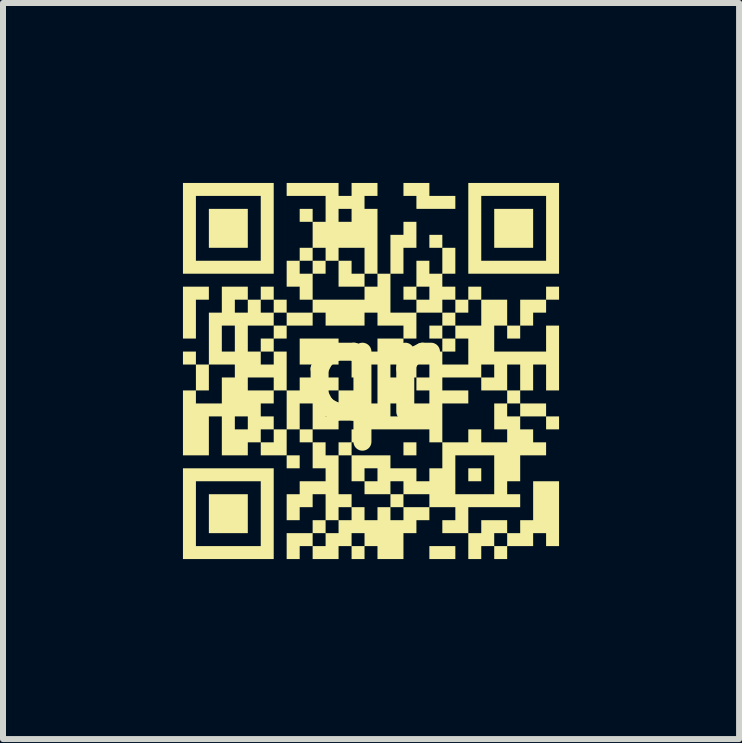
<source format=kicad_pcb>
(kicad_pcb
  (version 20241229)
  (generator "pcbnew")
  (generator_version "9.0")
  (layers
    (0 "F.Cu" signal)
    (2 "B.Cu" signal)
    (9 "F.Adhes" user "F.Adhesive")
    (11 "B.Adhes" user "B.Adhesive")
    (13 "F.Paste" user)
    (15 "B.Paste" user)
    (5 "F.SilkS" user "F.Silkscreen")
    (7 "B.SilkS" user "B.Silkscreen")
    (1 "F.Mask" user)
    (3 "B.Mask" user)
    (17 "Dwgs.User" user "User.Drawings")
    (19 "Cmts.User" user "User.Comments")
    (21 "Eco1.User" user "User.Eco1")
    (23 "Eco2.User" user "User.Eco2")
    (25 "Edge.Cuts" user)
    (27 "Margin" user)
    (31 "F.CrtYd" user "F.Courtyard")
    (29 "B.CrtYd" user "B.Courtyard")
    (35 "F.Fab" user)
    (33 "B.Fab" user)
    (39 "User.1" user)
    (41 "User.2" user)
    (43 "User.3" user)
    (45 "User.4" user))
  (footprint "qr"
    (layer "F.Cu")
    (at 3.135 3.135)
    (property "Reference" "qr" (at 0 0 0) (layer "F.SilkS") (effects (font (size 1.5 1.5) (thickness 0.3))))
    (attr board_only exclude_from_pos_files exclude_from_bom)
    (fp_poly (pts (xy -2.054 -2.379) (xy -2.054 -2.054) (xy -2.379 -2.054) (xy -2.703 -2.054) (xy -2.703 -2.379) (xy -2.703 -2.703) (xy -2.379 -2.703) (xy -2.054 -2.703)) (stroke (width 0) (type solid)) (fill yes) (layer "F.SilkS"))
    (fp_poly (pts (xy -2.054 2.379) (xy -2.054 2.703) (xy -2.379 2.703) (xy -2.703 2.703) (xy -2.703 2.379) (xy -2.703 2.054) (xy -2.379 2.054) (xy -2.054 2.054)) (stroke (width 0) (type solid)) (fill yes) (layer "F.SilkS"))
    (fp_poly (pts (xy -1.189 1.514) (xy -1.189 1.622) (xy -1.297 1.622) (xy -1.406 1.622) (xy -1.406 1.514) (xy -1.406 1.406) (xy -1.297 1.406) (xy -1.189 1.406)) (stroke (width 0) (type solid)) (fill yes) (layer "F.SilkS"))
    (fp_poly (pts (xy -0.973 1.081) (xy -0.973 1.189) (xy -1.081 1.189) (xy -1.189 1.189) (xy -1.189 1.081) (xy -1.189 0.973) (xy -1.081 0.973) (xy -0.973 0.973)) (stroke (width 0) (type solid)) (fill yes) (layer "F.SilkS"))
    (fp_poly (pts (xy -0.757 -1.73) (xy -0.757 -1.622) (xy -0.865 -1.622) (xy -0.973 -1.622) (xy -0.973 -1.73) (xy -0.973 -1.838) (xy -0.865 -1.838) (xy -0.757 -1.838)) (stroke (width 0) (type solid)) (fill yes) (layer "F.SilkS"))
    (fp_poly (pts (xy -0.541 -0.324) (xy -0.541 -0.108) (xy -0.865 -0.108) (xy -1.189 -0.108) (xy -1.189 -0.324) (xy -1.189 -0.541) (xy -0.865 -0.541) (xy -0.541 -0.541)) (stroke (width 0) (type solid)) (fill yes) (layer "F.SilkS"))
    (fp_poly (pts (xy -0.541 0.216) (xy -0.541 0.324) (xy -0.649 0.324) (xy -0.757 0.324) (xy -0.757 0.216) (xy -0.757 0.108) (xy -0.649 0.108) (xy -0.541 0.108)) (stroke (width 0) (type solid)) (fill yes) (layer "F.SilkS"))
    (fp_poly (pts (xy 0.541 2.162) (xy 0.541 2.27) (xy 0.432 2.27) (xy 0.324 2.27) (xy 0.324 2.162) (xy 0.324 2.054) (xy 0.432 2.054) (xy 0.541 2.054)) (stroke (width 0) (type solid)) (fill yes) (layer "F.SilkS"))
    (fp_poly (pts (xy 0.757 1.297) (xy 0.757 1.406) (xy 0.649 1.406) (xy 0.541 1.406) (xy 0.541 1.297) (xy 0.541 1.189) (xy 0.649 1.189) (xy 0.757 1.189)) (stroke (width 0) (type solid)) (fill yes) (layer "F.SilkS"))
    (fp_poly (pts (xy 1.189 -2.162) (xy 1.189 -2.054) (xy 1.081 -2.054) (xy 0.973 -2.054) (xy 0.973 -2.162) (xy 0.973 -2.27) (xy 1.081 -2.27) (xy 1.189 -2.27)) (stroke (width 0) (type solid)) (fill yes) (layer "F.SilkS"))
    (fp_poly (pts (xy 1.406 -0.432) (xy 1.406 -0.324) (xy 1.297 -0.324) (xy 1.189 -0.324) (xy 1.189 -0.432) (xy 1.189 -0.541) (xy 1.297 -0.541) (xy 1.406 -0.541)) (stroke (width 0) (type solid)) (fill yes) (layer "F.SilkS"))
    (fp_poly (pts (xy 1.406 3.027) (xy 1.406 3.135) (xy 1.189 3.135) (xy 0.973 3.135) (xy 0.973 3.027) (xy 0.973 2.919) (xy 1.189 2.919) (xy 1.406 2.919)) (stroke (width 0) (type solid)) (fill yes) (layer "F.SilkS"))
    (fp_poly (pts (xy 1.838 1.73) (xy 1.838 1.838) (xy 1.73 1.838) (xy 1.622 1.838) (xy 1.622 1.73) (xy 1.622 1.622) (xy 1.73 1.622) (xy 1.838 1.622)) (stroke (width 0) (type solid)) (fill yes) (layer "F.SilkS"))
    (fp_poly (pts (xy 2.703 -2.379) (xy 2.703 -2.054) (xy 2.379 -2.054) (xy 2.054 -2.054) (xy 2.054 -2.379) (xy 2.054 -2.703) (xy 2.379 -2.703) (xy 2.703 -2.703)) (stroke (width 0) (type solid)) (fill yes) (layer "F.SilkS"))
    (fp_poly (pts (xy 3.135 0.865) (xy 3.135 0.973) (xy 3.027 0.973) (xy 2.919 0.973) (xy 2.919 0.865) (xy 2.919 0.757) (xy 3.027 0.757) (xy 3.135 0.757)) (stroke (width 0) (type solid)) (fill yes) (layer "F.SilkS"))
    (fp_poly (pts (xy -2.703 -1.297) (xy -2.703 -1.189) (xy -2.811 -1.189) (xy -2.919 -1.189) (xy -2.919 -0.865) (xy -2.919 -0.541) (xy -3.027 -0.541) (xy -3.135 -0.541) (xy -3.135 -0.973) (xy -3.135 -1.406) (xy -2.919 -1.406) (xy -2.703 -1.406)) (stroke (width 0) (type solid)) (fill yes) (layer "F.SilkS"))
    (fp_poly (pts (xy -0.324 -1.73) (xy -0.324 -1.622) (xy -0.216 -1.622) (xy -0.108 -1.622) (xy -0.108 -1.514) (xy -0.108 -1.406) (xy -0.324 -1.406) (xy -0.541 -1.406) (xy -0.541 -1.622) (xy -0.541 -1.838) (xy -0.432 -1.838) (xy -0.324 -1.838)) (stroke (width 0) (type solid)) (fill yes) (layer "F.SilkS"))
    (fp_poly (pts (xy -0.108 0.432) (xy -0.108 0.541) (xy -0.216 0.541) (xy -0.324 0.541) (xy -0.324 0.649) (xy -0.324 0.757) (xy -0.432 0.757) (xy -0.541 0.757) (xy -0.541 0.541) (xy -0.541 0.324) (xy -0.324 0.324) (xy -0.108 0.324)) (stroke (width 0) (type solid)) (fill yes) (layer "F.SilkS"))
    (fp_poly (pts (xy -1.406 -0.649) (xy -1.406 -0.541) (xy -1.514 -0.541) (xy -1.622 -0.541) (xy -1.622 -0.432) (xy -1.622 -0.324) (xy -1.73 -0.324) (xy -1.838 -0.324) (xy -1.838 -0.432) (xy -1.838 -0.541) (xy -1.73 -0.541) (xy -1.622 -0.541) (xy -1.622 -0.649) (xy -1.622 -0.757) (xy -1.514 -0.757) (xy -1.406 -0.757)) (stroke (width 0) (type solid)) (fill yes) (layer "F.SilkS"))
    (fp_poly (pts (xy -0.108 1.081) (xy -0.108 1.189) (xy -0.216 1.189) (xy -0.324 1.189) (xy -0.324 1.297) (xy -0.324 1.406) (xy -0.432 1.406) (xy -0.541 1.406) (xy -0.541 1.297) (xy -0.541 1.189) (xy -0.432 1.189) (xy -0.324 1.189) (xy -0.324 1.081) (xy -0.324 0.973) (xy -0.216 0.973) (xy -0.108 0.973)) (stroke (width 0) (type solid)) (fill yes) (layer "F.SilkS"))
    (fp_poly (pts (xy 0.973 -3.027) (xy 0.973 -2.919) (xy 1.189 -2.919) (xy 1.406 -2.919) (xy 1.406 -2.811) (xy 1.406 -2.703) (xy 1.081 -2.703) (xy 0.757 -2.703) (xy 0.757 -2.811) (xy 0.757 -2.919) (xy 0.649 -2.919) (xy 0.541 -2.919) (xy 0.541 -3.027) (xy 0.541 -3.135) (xy 0.757 -3.135) (xy 0.973 -3.135)) (stroke (width 0) (type solid)) (fill yes) (layer "F.SilkS"))
    (fp_poly (pts (xy 1.406 -0.865) (xy 1.406 -0.757) (xy 1.297 -0.757) (xy 1.189 -0.757) (xy 1.189 -0.649) (xy 1.189 -0.541) (xy 1.081 -0.541) (xy 0.973 -0.541) (xy 0.973 -0.649) (xy 0.973 -0.757) (xy 1.081 -0.757) (xy 1.189 -0.757) (xy 1.189 -0.865) (xy 1.189 -0.973) (xy 1.297 -0.973) (xy 1.406 -0.973)) (stroke (width 0) (type solid)) (fill yes) (layer "F.SilkS"))
    (fp_poly (pts (xy -1.622 -2.379) (xy -1.622 -1.622) (xy -2.379 -1.622) (xy -3.135 -1.622) (xy -3.135 -2.379) (xy -3.135 -2.919) (xy -2.919 -2.919) (xy -2.919 -2.379) (xy -2.919 -1.838) (xy -2.379 -1.838) (xy -1.838 -1.838) (xy -1.838 -2.379) (xy -1.838 -2.919) (xy -2.379 -2.919) (xy -2.919 -2.919) (xy -3.135 -2.919) (xy -3.135 -3.135) (xy -2.379 -3.135) (xy -1.622 -3.135)) (stroke (width 0) (type solid)) (fill yes) (layer "F.SilkS"))
    (fp_poly (pts (xy -1.622 2.379) (xy -1.622 3.135) (xy -2.379 3.135) (xy -3.135 3.135) (xy -3.135 2.379) (xy -3.135 1.838) (xy -2.919 1.838) (xy -2.919 2.379) (xy -2.919 2.919) (xy -2.379 2.919) (xy -1.838 2.919) (xy -1.838 2.379) (xy -1.838 1.838) (xy -2.379 1.838) (xy -2.919 1.838) (xy -3.135 1.838) (xy -3.135 1.622) (xy -2.379 1.622) (xy -1.622 1.622)) (stroke (width 0) (type solid)) (fill yes) (layer "F.SilkS"))
    (fp_poly (pts (xy 3.135 -2.379) (xy 3.135 -1.622) (xy 2.379 -1.622) (xy 1.622 -1.622) (xy 1.622 -2.379) (xy 1.622 -2.919) (xy 1.838 -2.919) (xy 1.838 -2.379) (xy 1.838 -1.838) (xy 2.379 -1.838) (xy 2.919 -1.838) (xy 2.919 -2.379) (xy 2.919 -2.919) (xy 2.379 -2.919) (xy 1.838 -2.919) (xy 1.622 -2.919) (xy 1.622 -3.135) (xy 2.379 -3.135) (xy 3.135 -3.135)) (stroke (width 0) (type solid)) (fill yes) (layer "F.SilkS"))
    (fp_poly (pts (xy -0.541 -3.027) (xy -0.541 -2.919) (xy -0.432 -2.919) (xy -0.324 -2.919) (xy -0.324 -3.027) (xy -0.324 -3.135) (xy -0.108 -3.135) (xy 0.108 -3.135) (xy 0.108 -3.027) (xy 0.108 -2.919) (xy 0 -2.919) (xy -0.108 -2.919) (xy -0.108 -2.811) (xy -0.108 -2.703) (xy 0 -2.703) (xy 0.108 -2.703) (xy 0.108 -2.162) (xy 0.108 -1.622) (xy 0.216 -1.622) (xy 0.324 -1.622) (xy 0.324 -1.946) (xy 0.324 -2.27) (xy 0.432 -2.27) (xy 0.541 -2.27) (xy 0.541 -2.379) (xy 0.541 -2.487) (xy 0.649 -2.487) (xy 0.757 -2.487) (xy 0.757 -2.27) (xy 0.757 -2.054) (xy 0.649 -2.054) (xy 0.541 -2.054) (xy 0.541 -1.838) (xy 0.541 -1.622) (xy 0.432 -1.622) (xy 0.324 -1.622) (xy 0.324 -1.297) (xy 0.324 -0.973) (xy 0.541 -0.973) (xy 0.757 -0.973) (xy 0.757 -1.081) (xy 0.757 -1.189) (xy 0.649 -1.189) (xy 0.541 -1.189) (xy 0.541 -1.297) (xy 0.541 -1.406) (xy 0.649 -1.406) (xy 0.757 -1.406) (xy 0.757 -1.297) (xy 0.757 -1.189) (xy 0.865 -1.189) (xy 0.973 -1.189) (xy 0.973 -1.297) (xy 0.973 -1.406) (xy 0.865 -1.406) (xy 0.757 -1.406) (xy 0.757 -1.622) (xy 0.757 -1.838) (xy 0.865 -1.838) (xy 0.973 -1.838) (xy 0.973 -1.73) (xy 0.973 -1.622) (xy 1.081 -1.622) (xy 1.189 -1.622) (xy 1.189 -1.838) (xy 1.189 -2.054) (xy 1.297 -2.054) (xy 1.406 -2.054) (xy 1.406 -1.838) (xy 1.406 -1.622) (xy 1.297 -1.622) (xy 1.189 -1.622) (xy 1.189 -1.514) (xy 1.189 -1.406) (xy 1.297 -1.406) (xy 1.406 -1.406) (xy 1.406 -1.297) (xy 1.406 -1.189) (xy 1.514 -1.189) (xy 1.622 -1.189) (xy 1.622 -1.297) (xy 1.622 -1.406) (xy 1.73 -1.406) (xy 1.838 -1.406) (xy 1.838 -1.297) (xy 1.838 -1.189) (xy 1.73 -1.189) (xy 1.622 -1.189) (xy 1.622 -1.081) (xy 1.622 -0.973) (xy 1.514 -0.973) (xy 1.406 -0.973) (xy 1.406 -1.081) (xy 1.406 -1.189) (xy 1.297 -1.189) (xy 1.189 -1.189) (xy 1.189 -1.081) (xy 1.189 -0.973) (xy 0.973 -0.973) (xy 0.757 -0.973) (xy 0.757 -0.757) (xy 0.757 -0.541) (xy 0.649 -0.541) (xy 0.541 -0.541) (xy 0.541 -0.649) (xy 0.541 -0.757) (xy 0.324 -0.757) (xy 0.108 -0.757) (xy 0.108 -0.865) (xy 0.108 -0.973) (xy 0 -0.973) (xy -0.108 -0.973) (xy -0.108 -0.865) (xy -0.108 -0.757) (xy -0.432 -0.757) (xy -0.757 -0.757) (xy -0.757 -0.865) (xy -0.757 -0.973) (xy -0.865 -0.973) (xy -0.973 -0.973) (xy -0.973 -0.865) (xy -0.973 -0.757) (xy -1.189 -0.757) (xy -1.406 -0.757) (xy -1.406 -0.865) (xy -1.406 -0.973) (xy -1.514 -0.973) (xy -1.622 -0.973) (xy -1.622 -0.865) (xy -1.622 -0.757) (xy -1.838 -0.757) (xy -2.054 -0.757) (xy -2.054 -0.541) (xy -2.054 -0.324) (xy -1.946 -0.324) (xy -1.838 -0.324) (xy -1.838 -0.216) (xy -1.838 -0.108) (xy -1.73 -0.108) (xy -1.622 -0.108) (xy -1.622 -0.216) (xy -1.622 -0.324) (xy -1.514 -0.324) (xy -1.406 -0.324) (xy -1.406 0) (xy -1.406 0.324) (xy -1.514 0.324) (xy -1.622 0.324) (xy -1.622 0.216) (xy -1.622 0.108) (xy -1.838 0.108) (xy -2.054 0.108) (xy -2.054 0.216) (xy -2.054 0.324) (xy -1.838 0.324) (xy -1.622 0.324) (xy -1.622 0.432) (xy -1.622 0.541) (xy -1.73 0.541) (xy -1.838 0.541) (xy -1.838 0.649) (xy -1.838 0.757) (xy -1.73 0.757) (xy -1.622 0.757) (xy -1.622 0.865) (xy -1.622 0.973) (xy -1.73 0.973) (xy -1.838 0.973) (xy -1.838 1.081) (xy -1.838 1.189) (xy -1.73 1.189) (xy -1.622 1.189) (xy -1.622 1.081) (xy -1.622 0.973) (xy -1.514 0.973) (xy -1.406 0.973) (xy -1.406 0.649) (xy -1.406 0.324) (xy -1.297 0.324) (xy -1.189 0.324) (xy -1.189 0.216) (xy -1.189 0.108) (xy -1.081 0.108) (xy -0.973 0.108) (xy -0.973 0.216) (xy -0.973 0.324) (xy -0.865 0.324) (xy -0.757 0.324) (xy -0.757 0.541) (xy -0.757 0.757) (xy -0.649 0.757) (xy -0.541 0.757) (xy -0.541 0.865) (xy -0.541 0.973) (xy -0.757 0.973) (xy -0.973 0.973) (xy -0.973 0.757) (xy -0.973 0.541) (xy -1.081 0.541) (xy -1.189 0.541) (xy -1.189 0.757) (xy -1.189 0.973) (xy -1.297 0.973) (xy -1.406 0.973) (xy -1.406 1.189) (xy -1.406 1.406) (xy -1.622 1.406) (xy -1.838 1.406) (xy -1.838 1.297) (xy -1.838 1.189) (xy -1.946 1.189) (xy -2.054 1.189) (xy -2.054 1.297) (xy -2.054 1.406) (xy -2.27 1.406) (xy -2.487 1.406) (xy -2.487 1.081) (xy -2.487 0.757) (xy -2.27 0.757) (xy -2.27 0.865) (xy -2.27 0.973) (xy -2.162 0.973) (xy -2.054 0.973) (xy -2.054 0.865) (xy -2.054 0.757) (xy -2.162 0.757) (xy -2.27 0.757) (xy -2.487 0.757) (xy -2.595 0.757) (xy -2.703 0.757) (xy -2.703 1.081) (xy -2.703 1.406) (xy -2.919 1.406) (xy -3.135 1.406) (xy -3.135 0.865) (xy -3.135 0.541) (xy -2.919 0.541) (xy -2.703 0.541) (xy -2.487 0.541) (xy -2.487 0.324) (xy -2.487 0.108) (xy -2.379 0.108) (xy -2.27 0.108) (xy -2.27 0) (xy -2.27 -0.108) (xy -2.487 -0.108) (xy -2.703 -0.108) (xy -2.703 0.108) (xy -2.703 0.324) (xy -2.811 0.324) (xy -2.919 0.324) (xy -2.919 0.432) (xy -2.919 0.541) (xy -3.135 0.541) (xy -3.135 0.324) (xy -3.027 0.324) (xy -2.919 0.324) (xy -2.919 0.108) (xy -2.919 -0.108) (xy -3.027 -0.108) (xy -3.135 -0.108) (xy -3.135 -0.216) (xy -3.135 -0.324) (xy -3.027 -0.324) (xy -2.919 -0.324) (xy -2.919 -0.216) (xy -2.919 -0.108) (xy -2.811 -0.108) (xy -2.703 -0.108) (xy -2.703 -0.541) (xy -2.703 -0.757) (xy -2.487 -0.757) (xy -2.487 -0.541) (xy -2.487 -0.324) (xy -2.379 -0.324) (xy -2.27 -0.324) (xy -2.27 -0.541) (xy -2.27 -0.757) (xy -2.379 -0.757) (xy -2.487 -0.757) (xy -2.703 -0.757) (xy -2.703 -0.973) (xy -2.595 -0.973) (xy -2.487 -0.973) (xy -2.487 -1.189) (xy -2.27 -1.189) (xy -2.27 -1.081) (xy -2.27 -0.973) (xy -2.162 -0.973) (xy -2.054 -0.973) (xy -2.054 -1.081) (xy -2.054 -1.189) (xy -2.162 -1.189) (xy -2.27 -1.189) (xy -2.487 -1.189) (xy -2.487 -1.406) (xy -2.27 -1.406) (xy -2.054 -1.406) (xy -2.054 -1.297) (xy -2.054 -1.189) (xy -1.946 -1.189) (xy -1.838 -1.189) (xy -1.838 -1.297) (xy -1.838 -1.406) (xy -1.73 -1.406) (xy -1.622 -1.406) (xy -1.622 -1.297) (xy -1.622 -1.189) (xy -1.73 -1.189) (xy -1.838 -1.189) (xy -1.838 -1.081) (xy -1.838 -0.973) (xy -1.73 -0.973) (xy -1.622 -0.973) (xy -1.622 -1.081) (xy -1.622 -1.189) (xy -1.514 -1.189) (xy -1.406 -1.189) (xy -1.406 -1.081) (xy -1.406 -0.973) (xy -1.189 -0.973) (xy -0.973 -0.973) (xy -0.973 -1.081) (xy -0.973 -1.189) (xy -1.081 -1.189) (xy -1.189 -1.189) (xy -1.189 -1.297) (xy -1.189 -1.406) (xy -1.297 -1.406) (xy -1.406 -1.406) (xy -1.406 -1.622) (xy -1.189 -1.622) (xy -1.081 -1.622) (xy -0.973 -1.622) (xy -0.973 -1.406) (xy -0.973 -1.189) (xy -0.541 -1.189) (xy -0.108 -1.189) (xy -0.108 -1.297) (xy -0.108 -1.406) (xy 0 -1.406) (xy 0.108 -1.406) (xy 0.108 -1.514) (xy 0.108 -1.622) (xy 0 -1.622) (xy -0.108 -1.622) (xy -0.108 -1.838) (xy -0.108 -2.054) (xy -0.324 -2.054) (xy -0.541 -2.054) (xy -0.541 -1.946) (xy -0.541 -1.838) (xy -0.649 -1.838) (xy -0.757 -1.838) (xy -0.757 -1.946) (xy -0.757 -2.054) (xy -0.865 -2.054) (xy -0.973 -2.054) (xy -0.973 -1.946) (xy -0.973 -1.838) (xy -1.081 -1.838) (xy -1.189 -1.838) (xy -1.189 -1.73) (xy -1.189 -1.622) (xy -1.406 -1.622) (xy -1.406 -1.838) (xy -1.297 -1.838) (xy -1.189 -1.838) (xy -1.189 -1.946) (xy -1.189 -2.054) (xy -1.081 -2.054) (xy -0.973 -2.054) (xy -0.973 -2.27) (xy -0.973 -2.487) (xy -1.081 -2.487) (xy -1.189 -2.487) (xy -1.189 -2.595) (xy -1.189 -2.703) (xy -1.081 -2.703) (xy -0.973 -2.703) (xy -0.973 -2.595) (xy -0.973 -2.487) (xy -0.865 -2.487) (xy -0.757 -2.487) (xy -0.757 -2.703) (xy -0.541 -2.703) (xy -0.541 -2.595) (xy -0.541 -2.487) (xy -0.432 -2.487) (xy -0.324 -2.487) (xy -0.324 -2.595) (xy -0.324 -2.703) (xy -0.432 -2.703) (xy -0.541 -2.703) (xy -0.757 -2.703) (xy -0.757 -2.919) (xy -1.081 -2.919) (xy -1.406 -2.919) (xy -1.406 -3.027) (xy -1.406 -3.135) (xy -0.973 -3.135) (xy -0.541 -3.135)) (stroke (width 0) (type solid)) (fill yes) (layer "F.SilkS"))
    (fp_poly (pts (xy 3.135 -1.297) (xy 3.135 -1.189) (xy 3.027 -1.189) (xy 2.919 -1.189) (xy 2.919 -1.081) (xy 2.919 -0.973) (xy 2.811 -0.973) (xy 2.703 -0.973) (xy 2.703 -0.865) (xy 2.703 -0.757) (xy 2.595 -0.757) (xy 2.487 -0.757) (xy 2.487 -0.649) (xy 2.487 -0.541) (xy 2.379 -0.541) (xy 2.27 -0.541) (xy 2.27 -0.649) (xy 2.27 -0.757) (xy 2.162 -0.757) (xy 2.054 -0.757) (xy 2.054 -0.541) (xy 2.054 -0.324) (xy 2.487 -0.324) (xy 2.919 -0.324) (xy 2.919 -0.541) (xy 2.919 -0.757) (xy 3.027 -0.757) (xy 3.135 -0.757) (xy 3.135 -0.216) (xy 3.135 0.324) (xy 3.027 0.324) (xy 2.919 0.324) (xy 2.919 0.108) (xy 2.919 -0.108) (xy 2.811 -0.108) (xy 2.703 -0.108) (xy 2.703 0.108) (xy 2.703 0.324) (xy 2.595 0.324) (xy 2.487 0.324) (xy 2.487 0.432) (xy 2.487 0.541) (xy 2.379 0.541) (xy 2.27 0.541) (xy 2.27 0.649) (xy 2.27 0.757) (xy 2.379 0.757) (xy 2.487 0.757) (xy 2.487 0.649) (xy 2.487 0.541) (xy 2.703 0.541) (xy 2.919 0.541) (xy 2.919 0.649) (xy 2.919 0.757) (xy 2.703 0.757) (xy 2.487 0.757) (xy 2.487 0.865) (xy 2.487 0.973) (xy 2.595 0.973) (xy 2.703 0.973) (xy 2.703 1.081) (xy 2.703 1.189) (xy 2.811 1.189) (xy 2.919 1.189) (xy 2.919 1.297) (xy 2.919 1.406) (xy 2.703 1.406) (xy 2.487 1.406) (xy 2.487 1.622) (xy 2.487 1.838) (xy 2.379 1.838) (xy 2.27 1.838) (xy 2.27 1.946) (xy 2.27 2.054) (xy 2.379 2.054) (xy 2.487 2.054) (xy 2.487 2.162) (xy 2.487 2.27) (xy 2.054 2.27) (xy 1.622 2.27) (xy 1.622 2.487) (xy 1.622 2.703) (xy 1.73 2.703) (xy 1.838 2.703) (xy 2.054 2.703) (xy 2.054 2.811) (xy 2.054 2.919) (xy 2.162 2.919) (xy 2.27 2.919) (xy 2.27 2.811) (xy 2.27 2.703) (xy 2.162 2.703) (xy 2.054 2.703) (xy 1.838 2.703) (xy 1.838 2.595) (xy 1.838 2.487) (xy 2.054 2.487) (xy 2.27 2.487) (xy 2.27 2.595) (xy 2.27 2.703) (xy 2.379 2.703) (xy 2.487 2.703) (xy 2.487 2.595) (xy 2.487 2.487) (xy 2.595 2.487) (xy 2.703 2.487) (xy 2.703 2.162) (xy 2.703 1.838) (xy 2.919 1.838) (xy 3.135 1.838) (xy 3.135 2.379) (xy 3.135 2.919) (xy 3.027 2.919) (xy 2.919 2.919) (xy 2.919 2.811) (xy 2.919 2.703) (xy 2.811 2.703) (xy 2.703 2.703) (xy 2.703 2.811) (xy 2.703 2.919) (xy 2.487 2.919) (xy 2.27 2.919) (xy 2.27 3.027) (xy 2.27 3.135) (xy 2.162 3.135) (xy 2.054 3.135) (xy 2.054 3.027) (xy 2.054 2.919) (xy 1.946 2.919) (xy 1.838 2.919) (xy 1.838 3.027) (xy 1.838 3.135) (xy 1.73 3.135) (xy 1.622 3.135) (xy 1.622 2.919) (xy 1.622 2.703) (xy 1.406 2.703) (xy 1.189 2.703) (xy 1.189 2.595) (xy 1.189 2.487) (xy 1.297 2.487) (xy 1.406 2.487) (xy 1.406 2.379) (xy 1.406 2.27) (xy 1.189 2.27) (xy 0.973 2.27) (xy 0.973 2.379) (xy 0.973 2.487) (xy 0.865 2.487) (xy 0.757 2.487) (xy 0.757 2.595) (xy 0.757 2.703) (xy 0.649 2.703) (xy 0.541 2.703) (xy 0.541 2.919) (xy 0.541 3.135) (xy 0.324 3.135) (xy 0.108 3.135) (xy 0.108 3.027) (xy 0.108 2.919) (xy 0 2.919) (xy -0.108 2.919) (xy -0.108 3.027) (xy -0.108 3.135) (xy -0.216 3.135) (xy -0.324 3.135) (xy -0.324 3.027) (xy -0.324 2.919) (xy -0.432 2.919) (xy -0.541 2.919) (xy -0.541 3.027) (xy -0.541 3.135) (xy -0.757 3.135) (xy -0.973 3.135) (xy -0.973 3.027) (xy -0.973 2.919) (xy -1.081 2.919) (xy -1.189 2.919) (xy -1.189 3.027) (xy -1.189 3.135) (xy -1.297 3.135) (xy -1.406 3.135) (xy -1.406 2.919) (xy -1.406 2.703) (xy -1.189 2.703) (xy -0.973 2.703) (xy -0.973 2.595) (xy -0.973 2.487) (xy -0.865 2.487) (xy -0.757 2.487) (xy -0.757 2.27) (xy -0.757 2.054) (xy -0.865 2.054) (xy -0.973 2.054) (xy -0.973 2.162) (xy -0.973 2.27) (xy -1.081 2.27) (xy -1.189 2.27) (xy -1.189 2.379) (xy -1.189 2.487) (xy -1.297 2.487) (xy -1.406 2.487) (xy -1.406 2.27) (xy -1.406 2.054) (xy -1.297 2.054) (xy -1.189 2.054) (xy -1.189 1.946) (xy -1.189 1.838) (xy -0.973 1.838) (xy -0.757 1.838) (xy -0.757 1.73) (xy -0.757 1.622) (xy -0.865 1.622) (xy -0.973 1.622) (xy -0.973 1.406) (xy -0.973 1.189) (xy -0.865 1.189) (xy -0.757 1.189) (xy -0.757 1.297) (xy -0.757 1.406) (xy -0.649 1.406) (xy -0.541 1.406) (xy -0.541 1.73) (xy -0.541 2.054) (xy -0.432 2.054) (xy -0.324 2.054) (xy -0.324 2.162) (xy -0.324 2.27) (xy -0.432 2.27) (xy -0.541 2.27) (xy -0.541 2.379) (xy -0.541 2.487) (xy -0.649 2.487) (xy -0.757 2.487) (xy -0.757 2.595) (xy -0.757 2.703) (xy -0.865 2.703) (xy -0.973 2.703) (xy -0.973 2.811) (xy -0.973 2.919) (xy -0.865 2.919) (xy -0.757 2.919) (xy -0.757 2.811) (xy -0.757 2.703) (xy -0.649 2.703) (xy -0.541 2.703) (xy -0.324 2.703) (xy -0.324 2.811) (xy -0.324 2.919) (xy -0.216 2.919) (xy -0.108 2.919) (xy -0.108 2.811) (xy -0.108 2.703) (xy -0.216 2.703) (xy -0.324 2.703) (xy -0.541 2.703) (xy -0.541 2.595) (xy -0.541 2.487) (xy -0.432 2.487) (xy -0.324 2.487) (xy -0.324 2.379) (xy -0.324 2.27) (xy -0.216 2.27) (xy -0.108 2.27) (xy -0.108 2.379) (xy -0.108 2.487) (xy 0 2.487) (xy 0.108 2.487) (xy 0.108 2.379) (xy 0.108 2.27) (xy 0.216 2.27) (xy 0.324 2.27) (xy 0.324 2.379) (xy 0.324 2.487) (xy 0.432 2.487) (xy 0.541 2.487) (xy 0.541 2.379) (xy 0.541 2.27) (xy 0.757 2.27) (xy 0.973 2.27) (xy 0.973 2.162) (xy 0.973 2.054) (xy 0.757 2.054) (xy 0.541 2.054) (xy 0.541 1.946) (xy 0.541 1.838) (xy 0.432 1.838) (xy 0.324 1.838) (xy 0.324 1.946) (xy 0.324 2.054) (xy 0.108 2.054) (xy -0.108 2.054) (xy -0.108 1.946) (xy -0.108 1.838) (xy 0 1.838) (xy 0.108 1.838) (xy 0.108 1.73) (xy 0.108 1.622) (xy 0 1.622) (xy -0.108 1.622) (xy -0.108 1.73) (xy -0.108 1.838) (xy -0.216 1.838) (xy -0.324 1.838) (xy -0.324 1.622) (xy -0.324 1.406) (xy 0 1.406) (xy 0.324 1.406) (xy 0.324 1.514) (xy 0.324 1.622) (xy 0.541 1.622) (xy 0.757 1.622) (xy 0.757 1.73) (xy 0.757 1.838) (xy 0.865 1.838) (xy 0.973 1.838) (xy 0.973 1.73) (xy 0.973 1.622) (xy 1.081 1.622) (xy 1.189 1.622) (xy 1.189 1.406) (xy 1.406 1.406) (xy 1.406 1.73) (xy 1.406 2.054) (xy 1.73 2.054) (xy 2.054 2.054) (xy 2.054 1.73) (xy 2.054 1.406) (xy 1.73 1.406) (xy 1.406 1.406) (xy 1.189 1.406) (xy 1.189 1.189) (xy 1.406 1.189) (xy 1.622 1.189) (xy 1.622 1.081) (xy 1.622 0.973) (xy 1.73 0.973) (xy 1.838 0.973) (xy 1.838 1.081) (xy 1.838 1.189) (xy 2.054 1.189) (xy 2.27 1.189) (xy 2.27 1.081) (xy 2.27 0.973) (xy 2.162 0.973) (xy 2.054 0.973) (xy 2.054 0.757) (xy 2.054 0.541) (xy 2.162 0.541) (xy 2.27 0.541) (xy 2.27 0.432) (xy 2.27 0.324) (xy 2.379 0.324) (xy 2.487 0.324) (xy 2.487 0.108) (xy 2.487 -0.108) (xy 2.379 -0.108) (xy 2.27 -0.108) (xy 2.27 0.108) (xy 2.27 0.324) (xy 2.054 0.324) (xy 1.838 0.324) (xy 1.838 0.216) (xy 1.838 0.108) (xy 1.946 0.108) (xy 2.054 0.108) (xy 2.054 0) (xy 2.054 -0.108) (xy 1.946 -0.108) (xy 1.838 -0.108) (xy 1.838 0) (xy 1.838 0.108) (xy 1.514 0.108) (xy 1.189 0.108) (xy 1.189 0.216) (xy 1.189 0.324) (xy 1.406 0.324) (xy 1.622 0.324) (xy 1.622 0.432) (xy 1.622 0.541) (xy 1.406 0.541) (xy 1.189 0.541) (xy 1.189 0.865) (xy 1.189 1.189) (xy 1.081 1.189) (xy 0.973 1.189) (xy 0.973 1.081) (xy 0.973 0.973) (xy 0.432 0.973) (xy -0.108 0.973) (xy -0.108 0.757) (xy -0.108 0.541) (xy 0 0.541) (xy 0.108 0.541) (xy 0.108 0.216) (xy 0.108 -0.108) (xy 0.324 -0.108) (xy 0.324 0) (xy 0.324 0.108) (xy 0.432 0.108) (xy 0.541 0.108) (xy 0.541 0.324) (xy 0.541 0.541) (xy 0.432 0.541) (xy 0.324 0.541) (xy 0.324 0.649) (xy 0.324 0.757) (xy 0.432 0.757) (xy 0.541 0.757) (xy 0.541 0.649) (xy 0.541 0.541) (xy 0.757 0.541) (xy 0.973 0.541) (xy 0.973 0.432) (xy 0.973 0.324) (xy 0.865 0.324) (xy 0.757 0.324) (xy 0.757 0.216) (xy 0.757 0.108) (xy 0.865 0.108) (xy 0.973 0.108) (xy 0.973 0) (xy 0.973 -0.108) (xy 0.865 -0.108) (xy 0.757 -0.108) (xy 0.757 0) (xy 0.757 0.108) (xy 0.649 0.108) (xy 0.541 0.108) (xy 0.541 0) (xy 0.541 -0.108) (xy 0.432 -0.108) (xy 0.324 -0.108) (xy 0.108 -0.108) (xy 0 -0.108) (xy -0.108 -0.108) (xy -0.108 0) (xy -0.108 0.108) (xy -0.216 0.108) (xy -0.324 0.108) (xy -0.324 -0.108) (xy -0.324 -0.324) (xy -0.108 -0.324) (xy 0.108 -0.324) (xy 0.108 -0.432) (xy 0.108 -0.541) (xy 0.324 -0.541) (xy 0.541 -0.541) (xy 0.541 -0.432) (xy 0.541 -0.324) (xy 0.865 -0.324) (xy 1.189 -0.324) (xy 1.189 -0.216) (xy 1.189 -0.108) (xy 1.406 -0.108) (xy 1.622 -0.108) (xy 1.622 -0.324) (xy 1.622 -0.541) (xy 1.514 -0.541) (xy 1.406 -0.541) (xy 1.406 -0.649) (xy 1.406 -0.757) (xy 1.622 -0.757) (xy 1.838 -0.757) (xy 1.838 -0.973) (xy 1.838 -1.189) (xy 2.054 -1.189) (xy 2.27 -1.189) (xy 2.27 -0.973) (xy 2.27 -0.757) (xy 2.379 -0.757) (xy 2.487 -0.757) (xy 2.487 -0.973) (xy 2.487 -1.189) (xy 2.703 -1.189) (xy 2.919 -1.189) (xy 2.919 -1.297) (xy 2.919 -1.406) (xy 3.027 -1.406) (xy 3.135 -1.406)) (stroke (width 0) (type solid)) (fill yes) (layer "F.SilkS")))
  (gr_rect
    (start -3 -3)
    (end 9.271 9.271)
    (stroke (width 0.1) (type default))
    (fill no)
    (layer "Edge.Cuts")))
</source>
